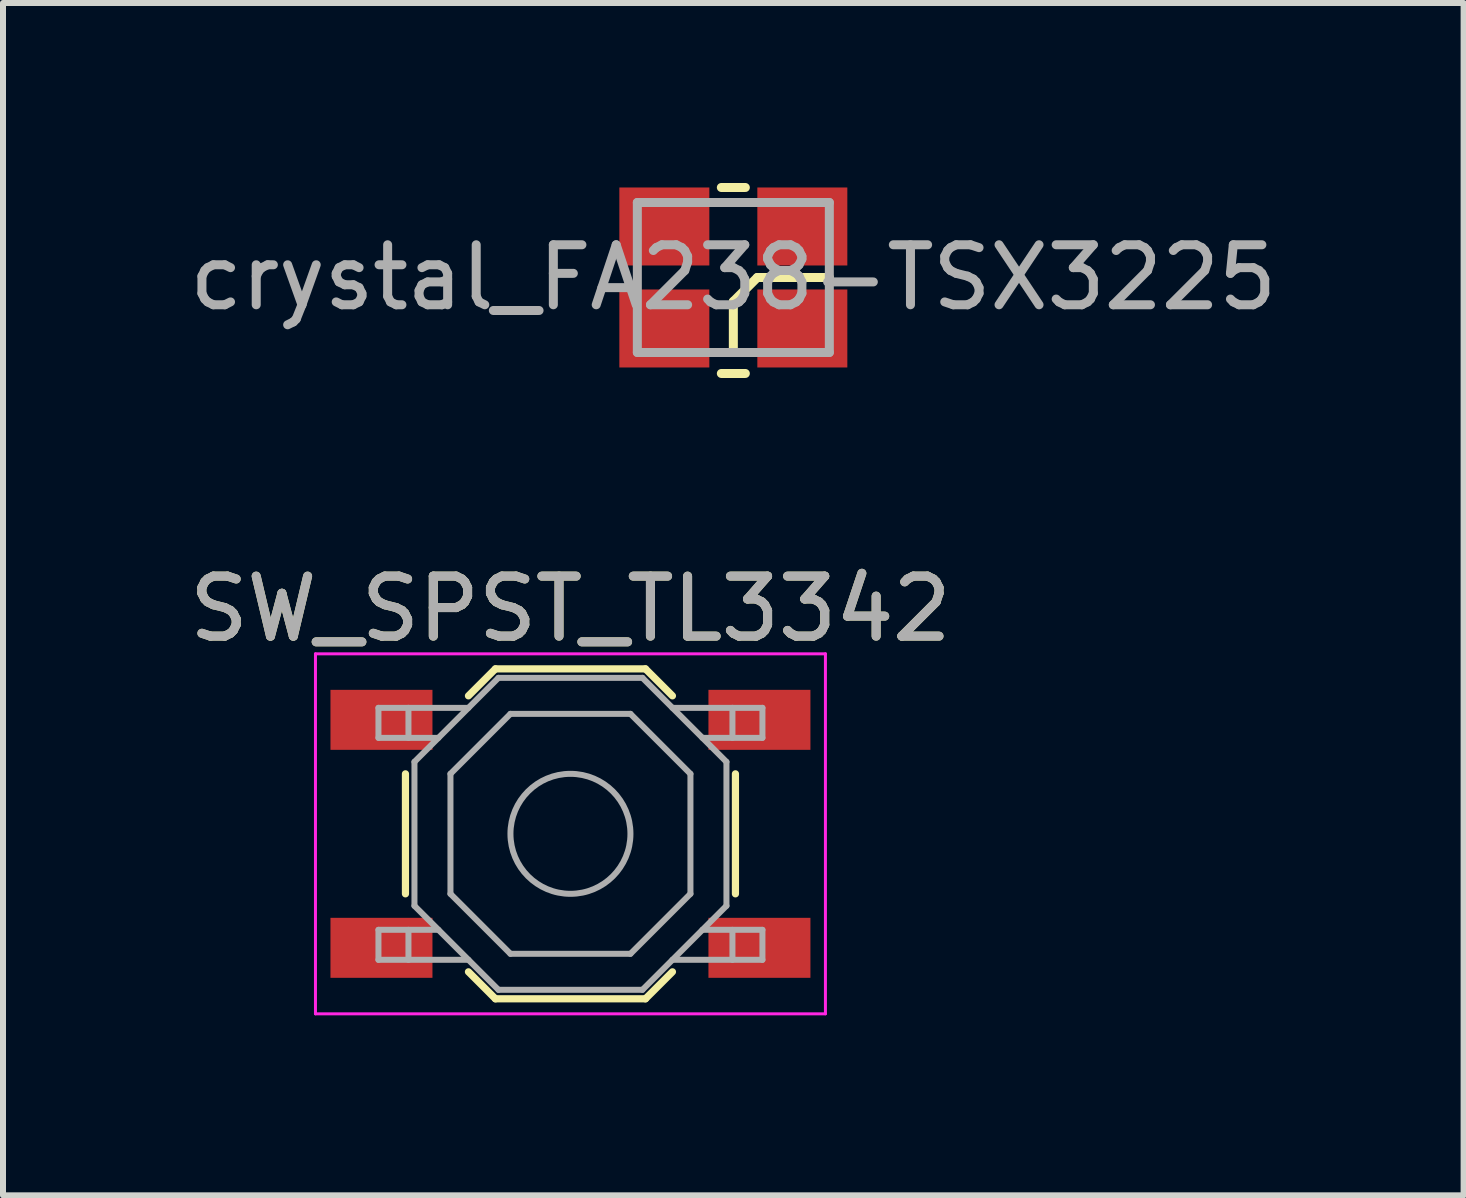
<source format=kicad_pcb>
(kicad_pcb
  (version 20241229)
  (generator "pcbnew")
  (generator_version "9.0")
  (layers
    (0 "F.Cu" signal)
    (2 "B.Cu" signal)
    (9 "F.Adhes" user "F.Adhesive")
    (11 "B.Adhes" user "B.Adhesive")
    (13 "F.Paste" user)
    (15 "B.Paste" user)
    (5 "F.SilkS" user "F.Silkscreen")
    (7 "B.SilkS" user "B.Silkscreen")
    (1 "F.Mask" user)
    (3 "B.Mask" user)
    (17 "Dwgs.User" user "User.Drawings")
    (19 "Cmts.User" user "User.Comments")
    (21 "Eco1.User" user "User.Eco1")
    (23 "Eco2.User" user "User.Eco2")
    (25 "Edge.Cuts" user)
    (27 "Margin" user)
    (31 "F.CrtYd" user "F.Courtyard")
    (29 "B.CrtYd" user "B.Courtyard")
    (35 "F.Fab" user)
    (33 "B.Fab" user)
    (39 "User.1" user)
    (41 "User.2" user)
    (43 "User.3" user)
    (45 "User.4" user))
  (footprint "crystal_FA238-TSX3225"
    (layer "F.Cu")
    (at 9.173 1.575)
    (property "Reference" "crystal_FA238-TSX3225" (at 0 0 0) (layer "F.Fab") (effects (font (size 1 1) (thickness 0.15))))
    (attr through_hole)
    (fp_line (start -0.2 -1.5) (end 0.2 -1.5) (stroke (width 0.15) (type solid)) (layer "F.SilkS"))
    (fp_line (start -0.2 1.6) (end 0.2 1.6) (stroke (width 0.15) (type solid)) (layer "F.SilkS"))
    (fp_line (start 0 0.4) (end 0 1.25) (stroke (width 0.15) (type solid)) (layer "F.SilkS"))
    (fp_line (start 0 0.4) (end 0.4 0) (stroke (width 0.15) (type solid)) (layer "F.SilkS"))
    (fp_line (start 0.4 0) (end 1.6 0) (stroke (width 0.15) (type solid)) (layer "F.SilkS"))
    (fp_line (start -1.6 -1.25) (end 1.6 -1.25) (stroke (width 0.15) (type solid)) (layer "F.Fab"))
    (fp_line (start -1.6 1.25) (end -1.6 -1.25) (stroke (width 0.15) (type solid)) (layer "F.Fab"))
    (fp_line (start 1.6 -1.25) (end 1.6 1.25) (stroke (width 0.15) (type solid)) (layer "F.Fab"))
    (fp_line (start 1.6 1.25) (end -1.6 1.25) (stroke (width 0.15) (type solid)) (layer "F.Fab"))
    (pad "1" smd rect (at -1.15 0.85) (size 1.5 1.3) (layers "F.Cu" "F.Mask" "F.Paste"))
    (pad "2" smd rect (at 1.15 -0.85) (size 1.5 1.3) (layers "F.Cu" "F.Mask" "F.Paste"))
    (pad "3" smd rect (at -1.15 -0.85) (size 1.5 1.3) (layers "F.Cu" "F.Mask" "F.Paste"))
    (pad "3" smd rect (at 1.15 0.85) (size 1.5 1.3) (layers "F.Cu" "F.Mask" "F.Paste")))
  (footprint "SW_SPST_TL3342"
    (layer "F.Cu")
    (at 6.458 10.848)
    (property "Reference" "SW_SPST_TL3342" (at 0 -3.75 0) (layer "F.SilkS") (effects (font (size 1 1) (thickness 0.15))))
    (attr smd)
    (fp_line (start -2.75 -1) (end -2.75 1) (stroke (width 0.12) (type solid)) (layer "F.SilkS"))
    (fp_line (start -1.7 -2.3) (end -1.25 -2.75) (stroke (width 0.12) (type solid)) (layer "F.SilkS"))
    (fp_line (start -1.7 2.3) (end -1.25 2.75) (stroke (width 0.12) (type solid)) (layer "F.SilkS"))
    (fp_line (start -1.25 -2.75) (end 1.25 -2.75) (stroke (width 0.12) (type solid)) (layer "F.SilkS"))
    (fp_line (start -1.25 2.75) (end 1.25 2.75) (stroke (width 0.12) (type solid)) (layer "F.SilkS"))
    (fp_line (start 1.7 -2.3) (end 1.25 -2.75) (stroke (width 0.12) (type solid)) (layer "F.SilkS"))
    (fp_line (start 1.7 2.3) (end 1.25 2.75) (stroke (width 0.12) (type solid)) (layer "F.SilkS"))
    (fp_line (start 2.75 -1) (end 2.75 1) (stroke (width 0.12) (type solid)) (layer "F.SilkS"))
    (fp_line (start -4.25 -3) (end 4.25 -3) (stroke (width 0.05) (type solid)) (layer "F.CrtYd"))
    (fp_line (start -4.25 3) (end -4.25 -3) (stroke (width 0.05) (type solid)) (layer "F.CrtYd"))
    (fp_line (start 4.25 -3) (end 4.25 3) (stroke (width 0.05) (type solid)) (layer "F.CrtYd"))
    (fp_line (start 4.25 3) (end -4.25 3) (stroke (width 0.05) (type solid)) (layer "F.CrtYd"))
    (fp_line (start -3.2 -2.1) (end -3.2 -1.6) (stroke (width 0.1) (type solid)) (layer "F.Fab"))
    (fp_line (start -3.2 -1.6) (end -2.2 -1.6) (stroke (width 0.1) (type solid)) (layer "F.Fab"))
    (fp_line (start -3.2 1.6) (end -2.2 1.6) (stroke (width 0.1) (type solid)) (layer "F.Fab"))
    (fp_line (start -3.2 2.1) (end -3.2 1.6) (stroke (width 0.1) (type solid)) (layer "F.Fab"))
    (fp_line (start -2.7 -2.1) (end -2.7 -1.6) (stroke (width 0.1) (type solid)) (layer "F.Fab"))
    (fp_line (start -2.7 2.1) (end -2.7 1.6) (stroke (width 0.1) (type solid)) (layer "F.Fab"))
    (fp_line (start -2.6 -1.2) (end -2.6 1.2) (stroke (width 0.1) (type solid)) (layer "F.Fab"))
    (fp_line (start -2.6 1.2) (end -1.2 2.6) (stroke (width 0.1) (type solid)) (layer "F.Fab"))
    (fp_line (start -2 -1) (end -1 -2) (stroke (width 0.1) (type solid)) (layer "F.Fab"))
    (fp_line (start -2 1) (end -2 -1) (stroke (width 0.1) (type solid)) (layer "F.Fab"))
    (fp_line (start -1.7 -2.1) (end -3.2 -2.1) (stroke (width 0.1) (type solid)) (layer "F.Fab"))
    (fp_line (start -1.7 2.1) (end -3.2 2.1) (stroke (width 0.1) (type solid)) (layer "F.Fab"))
    (fp_line (start -1.2 -2.6) (end -2.6 -1.2) (stroke (width 0.1) (type solid)) (layer "F.Fab"))
    (fp_line (start -1.2 2.6) (end 1.2 2.6) (stroke (width 0.1) (type solid)) (layer "F.Fab"))
    (fp_line (start -1 -2) (end 1 -2) (stroke (width 0.1) (type solid)) (layer "F.Fab"))
    (fp_line (start -1 2) (end -2 1) (stroke (width 0.1) (type solid)) (layer "F.Fab"))
    (fp_line (start 1 -2) (end 2 -1) (stroke (width 0.1) (type solid)) (layer "F.Fab"))
    (fp_line (start 1 2) (end -1 2) (stroke (width 0.1) (type solid)) (layer "F.Fab"))
    (fp_line (start 1.2 -2.6) (end -1.2 -2.6) (stroke (width 0.1) (type solid)) (layer "F.Fab"))
    (fp_line (start 1.2 2.6) (end 2.6 1.2) (stroke (width 0.1) (type solid)) (layer "F.Fab"))
    (fp_line (start 1.7 -2.1) (end 3.2 -2.1) (stroke (width 0.1) (type solid)) (layer "F.Fab"))
    (fp_line (start 1.7 2.1) (end 3.2 2.1) (stroke (width 0.1) (type solid)) (layer "F.Fab"))
    (fp_line (start 2 -1) (end 2 1) (stroke (width 0.1) (type solid)) (layer "F.Fab"))
    (fp_line (start 2 1) (end 1 2) (stroke (width 0.1) (type solid)) (layer "F.Fab"))
    (fp_line (start 2.6 -1.2) (end 1.2 -2.6) (stroke (width 0.1) (type solid)) (layer "F.Fab"))
    (fp_line (start 2.6 1.2) (end 2.6 -1.2) (stroke (width 0.1) (type solid)) (layer "F.Fab"))
    (fp_line (start 2.7 -2.1) (end 2.7 -1.6) (stroke (width 0.1) (type solid)) (layer "F.Fab"))
    (fp_line (start 2.7 2.1) (end 2.7 1.6) (stroke (width 0.1) (type solid)) (layer "F.Fab"))
    (fp_line (start 3.2 -2.1) (end 3.2 -1.6) (stroke (width 0.1) (type solid)) (layer "F.Fab"))
    (fp_line (start 3.2 -1.6) (end 2.2 -1.6) (stroke (width 0.1) (type solid)) (layer "F.Fab"))
    (fp_line (start 3.2 1.6) (end 2.2 1.6) (stroke (width 0.1) (type solid)) (layer "F.Fab"))
    (fp_line (start 3.2 2.1) (end 3.2 1.6) (stroke (width 0.1) (type solid)) (layer "F.Fab"))
    (fp_circle (center 0 0) (end 1 0) (stroke (width 0.1) (type solid)) (fill no) (layer "F.Fab"))
    (fp_text user "${REFERENCE}" (at 0 -3.75 0) (layer "F.Fab") (effects (font (size 1 1) (thickness 0.15))))
    (pad "1" smd rect (at -3.15 -1.9) (size 1.7 1) (layers "F.Cu" "F.Mask" "F.Paste"))
    (pad "1" smd rect (at 3.15 -1.9) (size 1.7 1) (layers "F.Cu" "F.Mask" "F.Paste"))
    (pad "2" smd rect (at -3.15 1.9) (size 1.7 1) (layers "F.Cu" "F.Mask" "F.Paste"))
    (pad "2" smd rect (at 3.15 1.9) (size 1.7 1) (layers "F.Cu" "F.Mask" "F.Paste")))
  (gr_rect
    (start -3 -3)
    (end 21.345 16.873)
    (stroke (width 0.1) (type default))
    (fill no)
    (layer "Edge.Cuts")))
</source>
